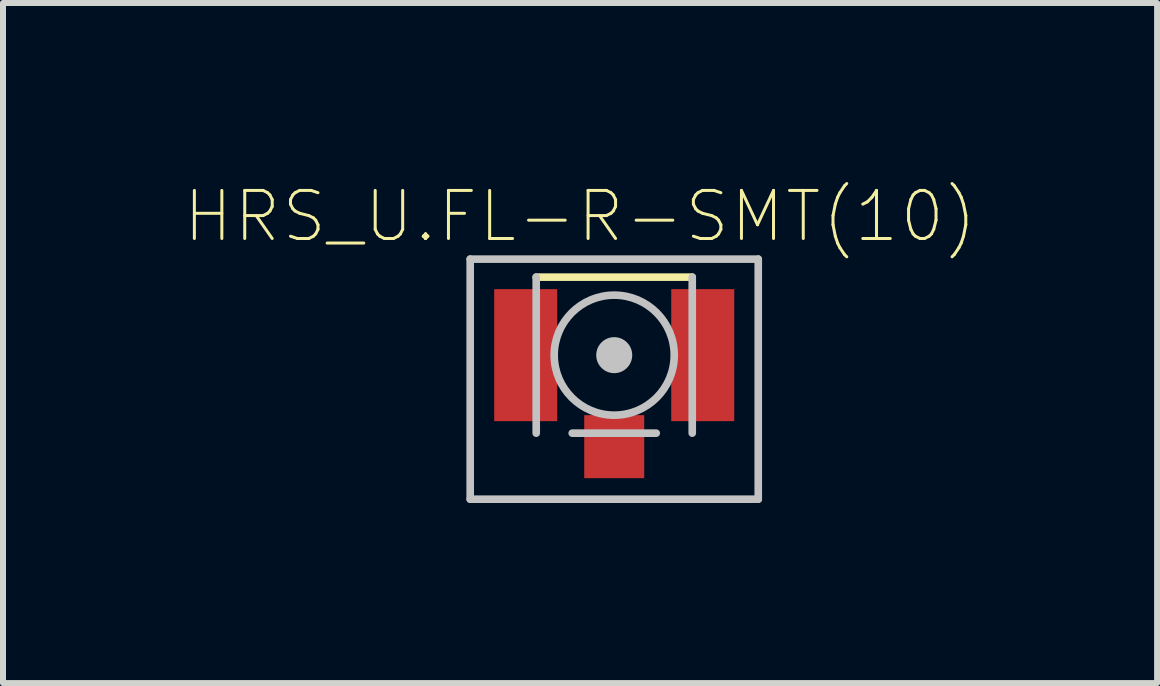
<source format=kicad_pcb>
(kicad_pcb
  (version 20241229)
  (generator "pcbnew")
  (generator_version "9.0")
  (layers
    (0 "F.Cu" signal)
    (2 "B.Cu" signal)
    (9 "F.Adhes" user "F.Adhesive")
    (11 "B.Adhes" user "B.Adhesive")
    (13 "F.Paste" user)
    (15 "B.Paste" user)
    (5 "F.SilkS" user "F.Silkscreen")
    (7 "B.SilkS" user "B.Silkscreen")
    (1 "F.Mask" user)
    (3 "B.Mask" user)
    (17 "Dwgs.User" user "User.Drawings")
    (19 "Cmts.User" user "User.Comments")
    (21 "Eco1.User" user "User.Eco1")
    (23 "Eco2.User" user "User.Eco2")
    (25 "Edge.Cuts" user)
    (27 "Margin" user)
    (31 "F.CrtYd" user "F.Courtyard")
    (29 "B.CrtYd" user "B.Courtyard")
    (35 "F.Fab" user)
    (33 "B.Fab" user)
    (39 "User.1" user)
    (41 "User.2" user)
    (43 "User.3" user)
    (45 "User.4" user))
  (footprint "HRS_U.FL-R-SMT(10)"
    (layer "F.Cu")
    (at 7.185 2.868)
    (property "Reference" "HRS_U.FL-R-SMT(10)" (at -0.569 -2.312 0) (layer "F.SilkS") (effects (font (size 0.801 0.801) (thickness 0.05))))
    (attr smd)
    (fp_line (start -1.3 -1.3) (end 1.3 -1.3) (stroke (width 0.127) (type solid)) (layer "F.SilkS"))
    (fp_line (start -2.4 -1.6) (end 2.4 -1.6) (stroke (width 0.127) (type solid)) (layer "Dwgs.User"))
    (fp_line (start -2.4 2.4) (end -2.4 -1.6) (stroke (width 0.127) (type solid)) (layer "Dwgs.User"))
    (fp_line (start -1.3 -1.3) (end -1.3 1.3) (stroke (width 0.127) (type solid)) (layer "Dwgs.User"))
    (fp_line (start -0.7 1.3) (end 0.7 1.3) (stroke (width 0.127) (type solid)) (layer "Dwgs.User"))
    (fp_line (start 1.3 -1.3) (end 1.3 1.3) (stroke (width 0.127) (type solid)) (layer "Dwgs.User"))
    (fp_line (start 2.4 -1.6) (end 2.4 2.4) (stroke (width 0.127) (type solid)) (layer "Dwgs.User"))
    (fp_line (start 2.4 2.4) (end -2.4 2.4) (stroke (width 0.127) (type solid)) (layer "Dwgs.User"))
    (fp_circle (center 0 0) (end 0.3 0) (stroke (width 0) (type solid)) (fill yes) (layer "Dwgs.User"))
    (fp_circle (center 0 0) (end 1 0) (stroke (width 0.127) (type solid)) (fill no) (layer "Dwgs.User"))
    (pad "GND1" smd rect (at -1.475 0) (size 1.05 2.2) (layers "F.Cu" "F.Mask" "F.Paste"))
    (pad "GND2" smd rect (at 1.475 0) (size 1.05 2.2) (layers "F.Cu" "F.Mask" "F.Paste"))
    (pad "SIG" smd rect (at 0 1.525) (size 1 1.05) (layers "F.Cu" "F.Mask" "F.Paste")))
  (gr_rect
    (start -3 -3)
    (end 16.231 8.332)
    (stroke (width 0.1) (type default))
    (fill no)
    (layer "Edge.Cuts")))
</source>
